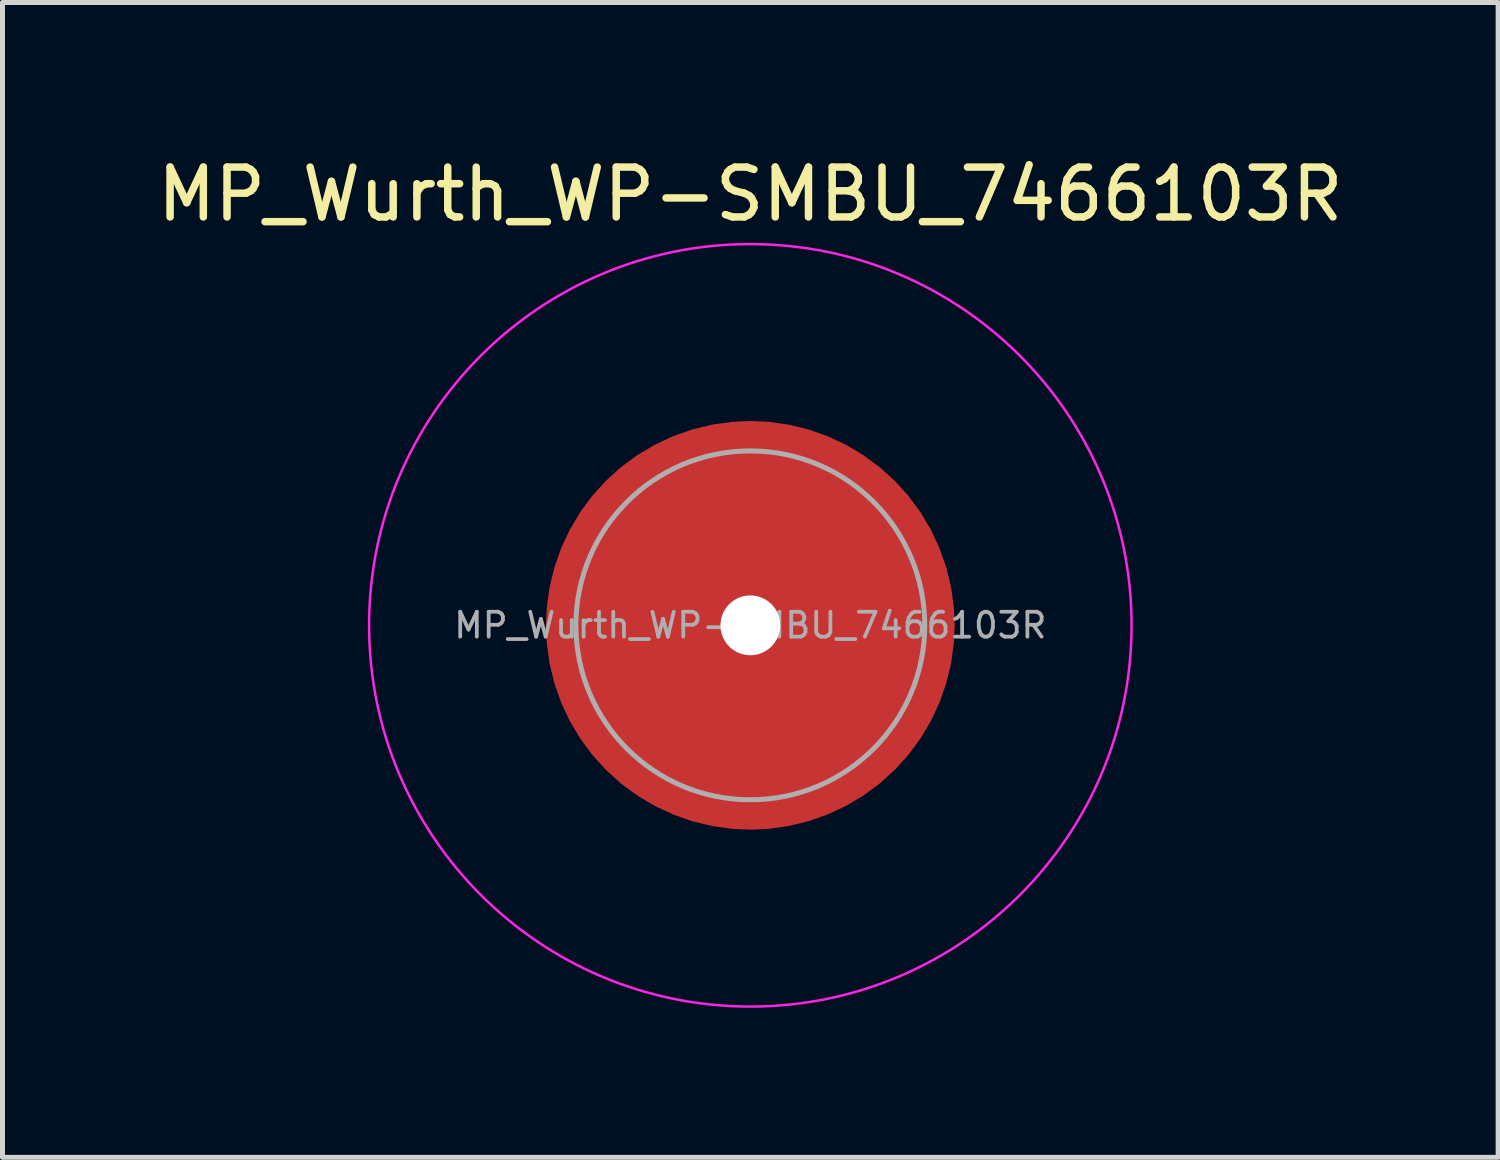
<source format=kicad_pcb>
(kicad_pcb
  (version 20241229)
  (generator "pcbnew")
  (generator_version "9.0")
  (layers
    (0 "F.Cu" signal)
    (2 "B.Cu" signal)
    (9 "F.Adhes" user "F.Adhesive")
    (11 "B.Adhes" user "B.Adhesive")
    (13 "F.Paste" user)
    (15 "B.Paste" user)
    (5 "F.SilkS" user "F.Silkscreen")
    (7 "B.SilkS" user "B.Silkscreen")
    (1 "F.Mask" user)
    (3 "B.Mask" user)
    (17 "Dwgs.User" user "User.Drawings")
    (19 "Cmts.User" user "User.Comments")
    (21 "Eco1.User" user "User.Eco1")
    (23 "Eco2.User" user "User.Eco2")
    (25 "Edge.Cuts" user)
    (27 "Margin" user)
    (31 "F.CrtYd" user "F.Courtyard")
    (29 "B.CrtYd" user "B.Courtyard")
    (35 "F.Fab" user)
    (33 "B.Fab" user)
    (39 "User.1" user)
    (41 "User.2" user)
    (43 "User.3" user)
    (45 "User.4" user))
  (footprint "MP_Wurth_WP-SMBU_7466103R"
    (layer "F.Cu")
    (at 12.006 9.498)
    (property "Reference" "MP_Wurth_WP-SMBU_7466103R" (at 0 -8.65 0) (unlocked yes) (layer "F.SilkS") (effects (font (size 1 1) (thickness 0.15))))
    (attr smd)
    (fp_poly (pts (xy -0.495 -0.558) (xy -0.551 -0.502) (xy -0.616 -0.422) (xy -0.656 -0.353) (xy -0.7 -0.258) (xy -0.735 -0.129) (xy -0.745 -0.04) (xy -0.745 0.04) (xy -0.735 0.114) (xy -0.715 0.209) (xy -0.69 0.278) (xy -0.661 0.348) (xy -0.621 0.412) (xy -0.571 0.477) (xy -0.495 0.558) (xy -0.495 3.976) (xy -0.531 3.97) (xy -0.726 3.94) (xy -0.726 3.94) (xy -0.916 3.9) (xy -0.916 3.9) (xy -1.111 3.85) (xy -1.111 3.85) (xy -1.286 3.795) (xy -1.287 3.795) (xy -1.472 3.725) (xy -1.472 3.725) (xy -1.607 3.67) (xy -1.607 3.67) (xy -1.727 3.615) (xy -1.727 3.614) (xy -1.877 3.539) (xy -1.877 3.539) (xy -2.062 3.434) (xy -2.063 3.434) (xy -2.243 3.319) (xy -2.243 3.319) (xy -2.383 3.219) (xy -2.383 3.219) (xy -2.513 3.119) (xy -2.513 3.119) (xy -2.653 2.999) (xy -2.653 2.999) (xy -2.758 2.904) (xy -2.759 2.904) (xy -2.884 2.779) (xy -2.884 2.778) (xy -2.979 2.678) (xy -2.979 2.678) (xy -3.064 2.578) (xy -3.139 2.488) (xy -3.139 2.488) (xy -3.254 2.338) (xy -3.254 2.338) (xy -3.344 2.203) (xy -3.424 2.078) (xy -3.424 2.078) (xy -3.504 1.943) (xy -3.504 1.942) (xy -3.564 1.827) (xy -3.565 1.827) (xy -3.64 1.672) (xy -3.64 1.672) (xy -3.71 1.512) (xy -3.71 1.512) (xy -3.77 1.357) (xy -3.77 1.357) (xy -3.81 1.237) (xy -3.85 1.112) (xy -3.85 1.111) (xy -3.885 0.981) (xy -3.885 0.981) (xy -3.915 0.851) (xy -3.915 0.851) (xy -3.94 0.721) (xy -3.96 0.606) (xy -3.96 0.606) (xy -3.975 0.501) (xy -3.975 0.5) (xy -3.985 0.395) (xy -3.995 0.295) (xy -3.995 0.295) (xy -4 0.215) (xy -4 0.215) (xy -4.005 0.09) (xy -4.005 0.09) (xy -4.005 -0.05) (xy -4.005 -0.05) (xy -4 -0.195) (xy -3.995 -0.32) (xy -3.995 -0.321) (xy -3.98 -0.431) (xy -3.97 -0.54) (xy -3.97 -0.541) (xy -3.945 -0.686) (xy -3.925 -0.796) (xy -3.9 -0.921) (xy -3.9 -0.921) (xy -3.845 -1.121) (xy -3.81 -1.241) (xy -3.81 -1.242) (xy -3.745 -1.422) (xy -3.745 -1.422) (xy -3.675 -1.592) (xy -3.675 -1.592) (xy -3.62 -1.717) (xy -3.619 -1.717) (xy -3.559 -1.837) (xy -3.559 -1.837) (xy -3.514 -1.922) (xy -3.514 -1.922) (xy -3.449 -2.037) (xy -3.449 -2.038) (xy -3.379 -2.153) (xy -3.379 -2.153) (xy -3.309 -2.258) (xy -3.309 -2.258) (xy -3.239 -2.358) (xy -3.239 -2.358) (xy -3.149 -2.473) (xy -3.149 -2.473) (xy -3.054 -2.588) (xy -2.989 -2.668) (xy -2.989 -2.668) (xy -2.919 -2.743) (xy -2.919 -2.744) (xy -2.759 -2.904) (xy -2.758 -2.904) (xy -2.688 -2.969) (xy -2.688 -2.969) (xy -2.618 -3.029) (xy -2.528 -3.104) (xy -2.443 -3.174) (xy -2.443 -3.174) (xy -2.333 -3.254) (xy -2.333 -3.254) (xy -2.223 -3.329) (xy -2.133 -3.389) (xy -2.133 -3.389) (xy -2.043 -3.444) (xy -2.043 -3.444) (xy -1.923 -3.514) (xy -1.922 -3.514) (xy -1.817 -3.569) (xy -1.687 -3.634) (xy -1.687 -3.635) (xy -1.502 -3.715) (xy -1.502 -3.715) (xy -1.367 -3.765) (xy -1.367 -3.765) (xy -1.207 -3.82) (xy -1.206 -3.82) (xy -1.056 -3.865) (xy -1.056 -3.865) (xy -0.826 -3.92) (xy -0.826 -3.92) (xy -0.641 -3.95) (xy -0.495 -3.976)) (stroke (width 0) (type default)) (fill yes) (layer "F.Paste"))
    (fp_poly (pts (xy 0.531 -3.97) (xy 0.726 -3.94) (xy 0.726 -3.94) (xy 0.916 -3.9) (xy 0.916 -3.9) (xy 1.111 -3.85) (xy 1.111 -3.85) (xy 1.286 -3.795) (xy 1.287 -3.795) (xy 1.472 -3.725) (xy 1.472 -3.725) (xy 1.607 -3.67) (xy 1.607 -3.67) (xy 1.727 -3.615) (xy 1.727 -3.614) (xy 1.877 -3.539) (xy 1.877 -3.539) (xy 2.062 -3.434) (xy 2.063 -3.434) (xy 2.243 -3.319) (xy 2.243 -3.319) (xy 2.383 -3.219) (xy 2.383 -3.219) (xy 2.513 -3.119) (xy 2.513 -3.119) (xy 2.653 -2.999) (xy 2.653 -2.999) (xy 2.758 -2.904) (xy 2.759 -2.904) (xy 2.884 -2.779) (xy 2.884 -2.778) (xy 2.979 -2.678) (xy 2.979 -2.678) (xy 3.064 -2.578) (xy 3.139 -2.488) (xy 3.139 -2.488) (xy 3.254 -2.338) (xy 3.254 -2.338) (xy 3.344 -2.203) (xy 3.424 -2.078) (xy 3.424 -2.078) (xy 3.504 -1.943) (xy 3.504 -1.942) (xy 3.564 -1.827) (xy 3.565 -1.827) (xy 3.64 -1.672) (xy 3.64 -1.672) (xy 3.71 -1.512) (xy 3.71 -1.512) (xy 3.77 -1.357) (xy 3.77 -1.357) (xy 3.81 -1.237) (xy 3.85 -1.112) (xy 3.85 -1.111) (xy 3.885 -0.981) (xy 3.885 -0.981) (xy 3.915 -0.851) (xy 3.915 -0.851) (xy 3.94 -0.721) (xy 3.96 -0.606) (xy 3.96 -0.606) (xy 3.975 -0.501) (xy 3.975 -0.5) (xy 3.985 -0.395) (xy 3.995 -0.295) (xy 3.995 -0.295) (xy 4 -0.215) (xy 4 -0.215) (xy 4.005 -0.09) (xy 4.005 -0.09) (xy 4.005 0.05) (xy 4.005 0.05) (xy 4 0.195) (xy 3.995 0.32) (xy 3.995 0.321) (xy 3.98 0.431) (xy 3.97 0.54) (xy 3.97 0.541) (xy 3.945 0.686) (xy 3.925 0.796) (xy 3.9 0.921) (xy 3.9 0.921) (xy 3.845 1.121) (xy 3.81 1.241) (xy 3.81 1.242) (xy 3.745 1.422) (xy 3.745 1.422) (xy 3.675 1.592) (xy 3.675 1.592) (xy 3.62 1.717) (xy 3.619 1.717) (xy 3.559 1.837) (xy 3.559 1.837) (xy 3.514 1.922) (xy 3.514 1.922) (xy 3.449 2.037) (xy 3.449 2.038) (xy 3.379 2.153) (xy 3.379 2.153) (xy 3.309 2.258) (xy 3.309 2.258) (xy 3.239 2.358) (xy 3.239 2.358) (xy 3.149 2.473) (xy 3.149 2.473) (xy 3.054 2.588) (xy 2.989 2.668) (xy 2.989 2.668) (xy 2.919 2.743) (xy 2.919 2.744) (xy 2.759 2.904) (xy 2.758 2.904) (xy 2.688 2.969) (xy 2.688 2.969) (xy 2.618 3.029) (xy 2.528 3.104) (xy 2.443 3.174) (xy 2.443 3.174) (xy 2.333 3.254) (xy 2.333 3.254) (xy 2.223 3.329) (xy 2.133 3.389) (xy 2.133 3.389) (xy 2.043 3.444) (xy 2.043 3.444) (xy 1.923 3.514) (xy 1.922 3.514) (xy 1.817 3.569) (xy 1.687 3.634) (xy 1.687 3.635) (xy 1.502 3.715) (xy 1.502 3.715) (xy 1.367 3.765) (xy 1.367 3.765) (xy 1.207 3.82) (xy 1.206 3.82) (xy 1.056 3.865) (xy 1.056 3.865) (xy 0.826 3.92) (xy 0.826 3.92) (xy 0.641 3.95) (xy 0.495 3.976) (xy 0.495 0.558) (xy 0.551 0.502) (xy 0.616 0.422) (xy 0.656 0.353) (xy 0.7 0.258) (xy 0.735 0.129) (xy 0.745 0.04) (xy 0.745 -0.04) (xy 0.735 -0.114) (xy 0.715 -0.209) (xy 0.69 -0.278) (xy 0.661 -0.348) (xy 0.621 -0.412) (xy 0.571 -0.477) (xy 0.495 -0.558) (xy 0.495 -3.976)) (stroke (width 0) (type default)) (fill yes) (layer "F.Paste"))
    (fp_circle (center 0 0) (end 7.65 0) (stroke (width 0.05) (type solid)) (fill no) (layer "F.CrtYd"))
    (fp_circle (center 0 0) (end 3.5 0) (stroke (width 0.1) (type solid)) (fill no) (layer "F.Fab"))
    (fp_text user "${REFERENCE}" (at 0 0 0) (unlocked yes) (layer "F.Fab") (effects (font (size 0.5 0.5) (thickness 0.075))))
    (pad "" np_thru_hole circle (at 0 0) (size 1.2 1.2) (drill 1.2) (layers "*.Cu" "*.Mask"))
    (pad "1" smd roundrect (at 0 0) (size 8.2 8.2) (layers "F.Cu" "F.Mask") (roundrect_rratio 0.5)))
  (gr_rect
    (start -3 -3)
    (end 27.012 20.173)
    (stroke (width 0.1) (type default))
    (fill no)
    (layer "Edge.Cuts")))
</source>
